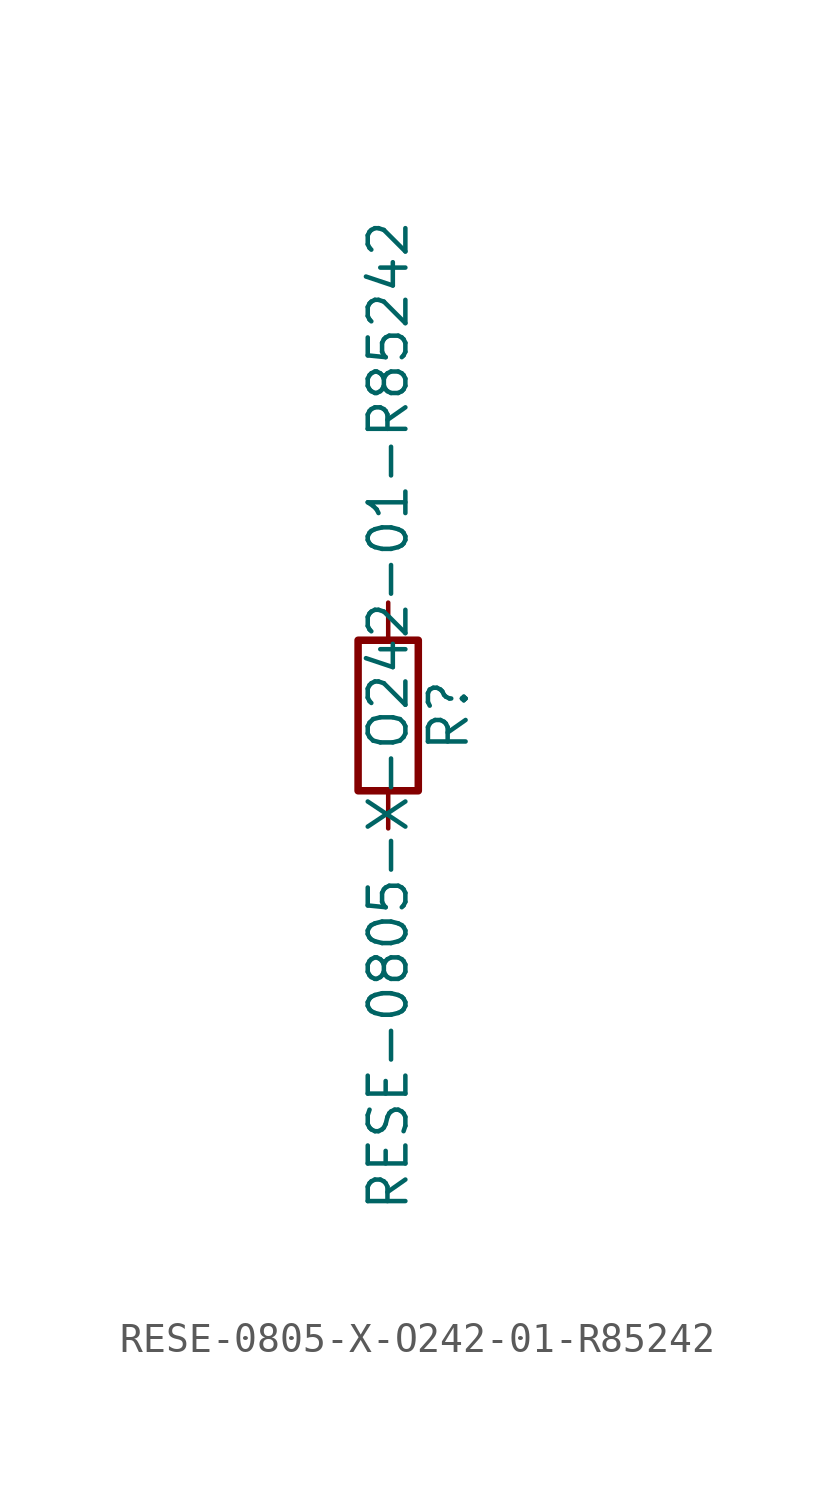
<source format=kicad_sym>
(kicad_symbol_lib
  (version 20211014)
  (generator kicad_symbol_editor)
  (symbol "RESE-0805-X-O242-01-R85242"
    (pin_numbers hide)
    (pin_names
      (offset 0))
    (property "Reference" "R"
      (at 2.032 0 90)
      (effects (font (size 1.27 1.27))))
    (property "Value" "RESE-0805-X-O242-01-R85242"
      (at 0 0 90)
      (effects (font (size 1.27 1.27))))
    (symbol "RESE-0805-X-O242-01-R85242_0_1"
      (rectangle (start -1.016 -2.54) (end 1.016 2.54) (stroke (width 0.254) (type default) (color 0 0 0 0)) (fill (type none))))
    (symbol "RESE-0805-X-O242-01-R85242_1_1"
      (pin passive line (at 0 3.81 270) (length 1.27) (name "~" (effects (font (size 1.27 1.27)))) (number "1" (effects (font (size 1.27 1.27)))))
      (pin passive line (at 0 -3.81 90) (length 1.27) (name "~" (effects (font (size 1.27 1.27)))) (number "2" (effects (font (size 1.27 1.27))))))))
</source>
